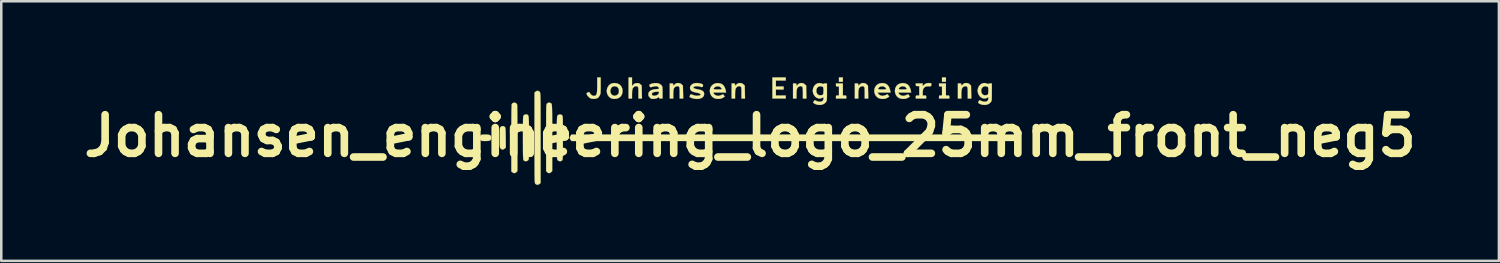
<source format=kicad_pcb>
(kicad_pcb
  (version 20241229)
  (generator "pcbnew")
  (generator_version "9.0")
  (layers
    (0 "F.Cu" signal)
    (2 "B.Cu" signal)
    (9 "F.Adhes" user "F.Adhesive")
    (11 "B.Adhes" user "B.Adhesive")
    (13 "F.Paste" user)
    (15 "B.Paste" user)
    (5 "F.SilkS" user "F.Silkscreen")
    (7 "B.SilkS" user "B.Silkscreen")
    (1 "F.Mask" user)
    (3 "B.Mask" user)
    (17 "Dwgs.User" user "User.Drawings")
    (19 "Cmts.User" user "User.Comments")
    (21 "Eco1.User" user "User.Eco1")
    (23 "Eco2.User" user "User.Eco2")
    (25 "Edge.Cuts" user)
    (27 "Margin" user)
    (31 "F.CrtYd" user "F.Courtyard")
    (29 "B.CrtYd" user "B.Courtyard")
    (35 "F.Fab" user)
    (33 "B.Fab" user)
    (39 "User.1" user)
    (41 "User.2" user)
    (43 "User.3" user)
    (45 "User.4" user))
  (footprint "Johansen_engineering_logo_25mm_front_neg5"
    (layer "F.Cu")
    (at 26.532 2.308)
    (property "Reference" "Johansen_engineering_logo_25mm_front_neg5" (at 0 0 0) (layer "F.SilkS") (effects (font (size 1.524 1.524) (thickness 0.3))))
    (attr through_hole)
    (fp_poly (pts (xy 3.658 -2.134) (xy 3.505 -2.134) (xy 3.505 -2.303) (xy 3.658 -2.303) (xy 3.658 -2.134)) (stroke (width 0.01) (type solid)) (fill yes) (layer "F.SilkS"))
    (fp_poly (pts (xy 7.722 -2.134) (xy 7.569 -2.134) (xy 7.569 -2.303) (xy 7.722 -2.303) (xy 7.722 -2.134)) (stroke (width 0.01) (type solid)) (fill yes) (layer "F.SilkS"))
    (fp_poly (pts (xy 1.405 -2.184) (xy 1.016 -2.184) (xy 1.016 -1.947) (xy 1.321 -1.947) (xy 1.321 -1.829) (xy 1.016 -1.829) (xy 1.016 -1.592) (xy 1.405 -1.592) (xy 1.405 -1.473) (xy 0.881 -1.473) (xy 0.881 -2.303) (xy 1.405 -2.303) (xy 1.405 -2.184)) (stroke (width 0.01) (type solid)) (fill yes) (layer "F.SilkS"))
    (fp_poly (pts (xy 10.58 -0.012) (xy 10.612 0.043) (xy 10.614 0.102) (xy 10.588 0.156) (xy 10.578 0.166) (xy 10.539 0.203) (xy -7.042 0.203) (xy -7.077 0.159) (xy -7.102 0.116) (xy -7.112 0.076) (xy -7.112 0.076) (xy -7.102 0.037) (xy -7.077 -0.006) (xy -7.077 -0.006) (xy -7.042 -0.051) (xy 10.544 -0.051) (xy 10.58 -0.012)) (stroke (width 0.01) (type solid)) (fill yes) (layer "F.SilkS"))
    (fp_poly (pts (xy 3.658 -1.592) (xy 3.725 -1.592) (xy 3.769 -1.59) (xy 3.788 -1.579) (xy 3.793 -1.55) (xy 3.793 -1.532) (xy 3.793 -1.473) (xy 3.387 -1.473) (xy 3.387 -1.532) (xy 3.389 -1.572) (xy 3.404 -1.588) (xy 3.441 -1.592) (xy 3.446 -1.592) (xy 3.505 -1.592) (xy 3.505 -1.947) (xy 3.446 -1.947) (xy 3.406 -1.95) (xy 3.39 -1.965) (xy 3.387 -2.002) (xy 3.387 -2.007) (xy 3.387 -2.066) (xy 3.658 -2.066) (xy 3.658 -1.592)) (stroke (width 0.01) (type solid)) (fill yes) (layer "F.SilkS"))
    (fp_poly (pts (xy 7.722 -1.592) (xy 7.789 -1.592) (xy 7.833 -1.59) (xy 7.852 -1.579) (xy 7.857 -1.55) (xy 7.857 -1.532) (xy 7.857 -1.473) (xy 7.451 -1.473) (xy 7.451 -1.532) (xy 7.453 -1.572) (xy 7.468 -1.588) (xy 7.505 -1.592) (xy 7.51 -1.592) (xy 7.569 -1.592) (xy 7.569 -1.947) (xy 7.51 -1.947) (xy 7.47 -1.95) (xy 7.454 -1.965) (xy 7.451 -2.002) (xy 7.451 -2.007) (xy 7.451 -2.066) (xy 7.722 -2.066) (xy 7.722 -1.592)) (stroke (width 0.01) (type solid)) (fill yes) (layer "F.SilkS"))
    (fp_poly (pts (xy -10.341 -0.047) (xy -10.277 -0.036) (xy -10.237 -0.013) (xy -10.217 0.024) (xy -10.211 0.076) (xy -10.217 0.129) (xy -10.237 0.165) (xy -10.276 0.188) (xy -10.34 0.2) (xy -10.432 0.203) (xy -10.436 0.203) (xy -10.512 0.202) (xy -10.562 0.199) (xy -10.594 0.191) (xy -10.617 0.178) (xy -10.631 0.164) (xy -10.662 0.109) (xy -10.665 0.05) (xy -10.638 -0.004) (xy -10.629 -0.014) (xy -10.606 -0.032) (xy -10.578 -0.043) (xy -10.536 -0.049) (xy -10.473 -0.051) (xy -10.434 -0.051) (xy -10.341 -0.047)) (stroke (width 0.01) (type solid)) (fill yes) (layer "F.SilkS"))
    (fp_poly (pts (xy -4.657 -1.964) (xy -4.609 -2.017) (xy -4.57 -2.053) (xy -4.525 -2.071) (xy -4.476 -2.078) (xy -4.421 -2.081) (xy -4.384 -2.073) (xy -4.349 -2.049) (xy -4.333 -2.035) (xy -4.276 -1.984) (xy -4.265 -1.473) (xy -4.403 -1.473) (xy -4.403 -1.692) (xy -4.403 -1.787) (xy -4.406 -1.853) (xy -4.412 -1.898) (xy -4.42 -1.925) (xy -4.429 -1.938) (xy -4.474 -1.961) (xy -4.527 -1.959) (xy -4.579 -1.933) (xy -4.621 -1.887) (xy -4.63 -1.87) (xy -4.645 -1.822) (xy -4.654 -1.748) (xy -4.657 -1.647) (xy -4.657 -1.644) (xy -4.657 -1.473) (xy -4.792 -1.473) (xy -4.792 -2.303) (xy -4.657 -2.303) (xy -4.657 -1.964)) (stroke (width 0.01) (type solid)) (fill yes) (layer "F.SilkS"))
    (fp_poly (pts (xy -9.258 -1.302) (xy -9.214 -1.275) (xy -9.189 -1.233) (xy -9.187 -1.21) (xy -9.185 -1.156) (xy -9.184 -1.073) (xy -9.183 -0.965) (xy -9.181 -0.834) (xy -9.18 -0.682) (xy -9.179 -0.513) (xy -9.179 -0.329) (xy -9.178 -0.132) (xy -9.178 0.074) (xy -9.178 0.098) (xy -9.178 1.39) (xy -9.219 1.432) (xy -9.268 1.466) (xy -9.316 1.468) (xy -9.37 1.438) (xy -9.37 1.438) (xy -9.415 1.403) (xy -9.415 0.091) (xy -9.415 -0.188) (xy -9.414 -0.434) (xy -9.413 -0.647) (xy -9.412 -0.827) (xy -9.41 -0.975) (xy -9.407 -1.091) (xy -9.404 -1.176) (xy -9.401 -1.231) (xy -9.397 -1.255) (xy -9.397 -1.255) (xy -9.36 -1.293) (xy -9.311 -1.308) (xy -9.258 -1.302)) (stroke (width 0.01) (type solid)) (fill yes) (layer "F.SilkS"))
    (fp_poly (pts (xy -2.778 -2.077) (xy -2.731 -2.055) (xy -2.705 -2.033) (xy -2.65 -1.984) (xy -2.639 -1.473) (xy -2.777 -1.473) (xy -2.777 -1.692) (xy -2.778 -1.787) (xy -2.781 -1.853) (xy -2.786 -1.898) (xy -2.794 -1.925) (xy -2.804 -1.938) (xy -2.849 -1.961) (xy -2.902 -1.959) (xy -2.954 -1.933) (xy -2.996 -1.887) (xy -3.005 -1.87) (xy -3.02 -1.822) (xy -3.028 -1.748) (xy -3.031 -1.647) (xy -3.031 -1.644) (xy -3.031 -1.473) (xy -3.167 -1.473) (xy -3.167 -2.066) (xy -3.099 -2.066) (xy -3.055 -2.064) (xy -3.036 -2.053) (xy -3.031 -2.026) (xy -3.031 -2.017) (xy -3.031 -1.968) (xy -2.973 -2.025) (xy -2.931 -2.062) (xy -2.89 -2.079) (xy -2.838 -2.083) (xy -2.778 -2.077)) (stroke (width 0.01) (type solid)) (fill yes) (layer "F.SilkS"))
    (fp_poly (pts (xy -0.34 -2.077) (xy -0.293 -2.055) (xy -0.267 -2.033) (xy -0.212 -1.984) (xy -0.201 -1.473) (xy -0.339 -1.473) (xy -0.339 -1.692) (xy -0.339 -1.787) (xy -0.342 -1.853) (xy -0.348 -1.898) (xy -0.356 -1.925) (xy -0.365 -1.938) (xy -0.41 -1.961) (xy -0.463 -1.959) (xy -0.515 -1.933) (xy -0.557 -1.887) (xy -0.566 -1.87) (xy -0.581 -1.822) (xy -0.59 -1.748) (xy -0.593 -1.647) (xy -0.593 -1.644) (xy -0.593 -1.473) (xy -0.728 -1.473) (xy -0.728 -2.066) (xy -0.66 -2.066) (xy -0.617 -2.064) (xy -0.598 -2.053) (xy -0.593 -2.026) (xy -0.593 -2.017) (xy -0.593 -1.968) (xy -0.535 -2.025) (xy -0.492 -2.062) (xy -0.451 -2.079) (xy -0.4 -2.083) (xy -0.34 -2.077)) (stroke (width 0.01) (type solid)) (fill yes) (layer "F.SilkS"))
    (fp_poly (pts (xy 4.52 -2.077) (xy 4.567 -2.055) (xy 4.593 -2.033) (xy 4.648 -1.984) (xy 4.659 -1.473) (xy 4.521 -1.473) (xy 4.521 -1.692) (xy 4.52 -1.787) (xy 4.518 -1.853) (xy 4.512 -1.898) (xy 4.504 -1.925) (xy 4.495 -1.938) (xy 4.45 -1.961) (xy 4.397 -1.959) (xy 4.345 -1.933) (xy 4.302 -1.887) (xy 4.293 -1.87) (xy 4.279 -1.822) (xy 4.27 -1.748) (xy 4.267 -1.647) (xy 4.267 -1.644) (xy 4.267 -1.473) (xy 4.132 -1.473) (xy 4.132 -2.066) (xy 4.199 -2.066) (xy 4.243 -2.064) (xy 4.262 -2.053) (xy 4.267 -2.026) (xy 4.267 -2.017) (xy 4.267 -1.968) (xy 4.325 -2.025) (xy 4.368 -2.062) (xy 4.408 -2.079) (xy 4.46 -2.083) (xy 4.52 -2.077)) (stroke (width 0.01) (type solid)) (fill yes) (layer "F.SilkS"))
    (fp_poly (pts (xy 8.584 -2.077) (xy 8.631 -2.055) (xy 8.657 -2.033) (xy 8.712 -1.984) (xy 8.723 -1.473) (xy 8.585 -1.473) (xy 8.585 -1.692) (xy 8.584 -1.787) (xy 8.582 -1.853) (xy 8.576 -1.898) (xy 8.568 -1.925) (xy 8.559 -1.938) (xy 8.514 -1.961) (xy 8.461 -1.959) (xy 8.409 -1.933) (xy 8.366 -1.887) (xy 8.357 -1.87) (xy 8.343 -1.822) (xy 8.334 -1.748) (xy 8.331 -1.647) (xy 8.331 -1.644) (xy 8.331 -1.473) (xy 8.196 -1.473) (xy 8.196 -2.066) (xy 8.263 -2.066) (xy 8.307 -2.064) (xy 8.326 -2.053) (xy 8.331 -2.026) (xy 8.331 -2.017) (xy 8.331 -1.968) (xy 8.389 -2.025) (xy 8.432 -2.062) (xy 8.472 -2.079) (xy 8.524 -2.083) (xy 8.584 -2.077)) (stroke (width 0.01) (type solid)) (fill yes) (layer "F.SilkS"))
    (fp_poly (pts (xy 2.082 -2.077) (xy 2.129 -2.055) (xy 2.154 -2.033) (xy 2.21 -1.984) (xy 2.215 -1.729) (xy 2.221 -1.473) (xy 2.083 -1.473) (xy 2.083 -1.692) (xy 2.082 -1.787) (xy 2.079 -1.853) (xy 2.074 -1.898) (xy 2.065 -1.925) (xy 2.056 -1.938) (xy 2.011 -1.961) (xy 1.958 -1.959) (xy 1.906 -1.933) (xy 1.864 -1.887) (xy 1.855 -1.87) (xy 1.84 -1.822) (xy 1.832 -1.748) (xy 1.829 -1.647) (xy 1.829 -1.644) (xy 1.829 -1.473) (xy 1.693 -1.473) (xy 1.693 -2.066) (xy 1.761 -2.066) (xy 1.805 -2.064) (xy 1.824 -2.053) (xy 1.829 -2.026) (xy 1.829 -2.017) (xy 1.829 -1.968) (xy 1.886 -2.025) (xy 1.929 -2.062) (xy 1.97 -2.079) (xy 2.022 -2.083) (xy 2.082 -2.077)) (stroke (width 0.01) (type solid)) (fill yes) (layer "F.SilkS"))
    (fp_poly (pts (xy -9.727 -0.383) (xy -9.684 -0.357) (xy -9.671 -0.346) (xy -9.661 -0.333) (xy -9.654 -0.314) (xy -9.649 -0.283) (xy -9.645 -0.238) (xy -9.642 -0.173) (xy -9.641 -0.085) (xy -9.639 0.032) (xy -9.638 0.066) (xy -9.633 0.457) (xy -9.676 0.499) (xy -9.729 0.535) (xy -9.782 0.537) (xy -9.832 0.506) (xy -9.835 0.503) (xy -9.847 0.489) (xy -9.856 0.473) (xy -9.863 0.45) (xy -9.867 0.416) (xy -9.87 0.366) (xy -9.871 0.295) (xy -9.872 0.2) (xy -9.872 0.076) (xy -9.872 0.074) (xy -9.872 -0.051) (xy -9.872 -0.146) (xy -9.87 -0.216) (xy -9.867 -0.266) (xy -9.863 -0.3) (xy -9.857 -0.322) (xy -9.848 -0.337) (xy -9.836 -0.35) (xy -9.833 -0.353) (xy -9.781 -0.385) (xy -9.727 -0.383)) (stroke (width 0.01) (type solid)) (fill yes) (layer "F.SilkS"))
    (fp_poly (pts (xy -5.893 -1.985) (xy -5.893 -1.872) (xy -5.894 -1.788) (xy -5.897 -1.725) (xy -5.901 -1.68) (xy -5.908 -1.646) (xy -5.919 -1.617) (xy -5.931 -1.591) (xy -5.98 -1.521) (xy -6.028 -1.486) (xy -6.098 -1.464) (xy -6.181 -1.458) (xy -6.259 -1.468) (xy -6.282 -1.475) (xy -6.348 -1.516) (xy -6.405 -1.577) (xy -6.428 -1.612) (xy -6.447 -1.656) (xy -6.445 -1.683) (xy -6.419 -1.702) (xy -6.402 -1.71) (xy -6.353 -1.722) (xy -6.323 -1.71) (xy -6.316 -1.685) (xy -6.302 -1.656) (xy -6.268 -1.623) (xy -6.225 -1.593) (xy -6.184 -1.576) (xy -6.172 -1.575) (xy -6.127 -1.578) (xy -6.093 -1.59) (xy -6.067 -1.615) (xy -6.049 -1.656) (xy -6.038 -1.717) (xy -6.031 -1.803) (xy -6.029 -1.916) (xy -6.028 -1.997) (xy -6.028 -2.303) (xy -5.893 -2.303) (xy -5.893 -1.985)) (stroke (width 0.01) (type solid)) (fill yes) (layer "F.SilkS"))
    (fp_poly (pts (xy -7.867 -1.296) (xy -7.837 -1.271) (xy -7.832 -1.263) (xy -7.827 -1.251) (xy -7.822 -1.234) (xy -7.819 -1.21) (xy -7.816 -1.176) (xy -7.813 -1.129) (xy -7.811 -1.068) (xy -7.81 -0.99) (xy -7.808 -0.893) (xy -7.807 -0.775) (xy -7.807 -0.634) (xy -7.807 -0.466) (xy -7.806 -0.27) (xy -7.806 -0.044) (xy -7.806 0.079) (xy -7.806 1.39) (xy -7.848 1.432) (xy -7.898 1.466) (xy -7.948 1.467) (xy -7.999 1.435) (xy -8.002 1.432) (xy -8.043 1.39) (xy -8.043 0.079) (xy -8.043 -0.163) (xy -8.043 -0.374) (xy -8.043 -0.555) (xy -8.042 -0.709) (xy -8.042 -0.838) (xy -8.041 -0.945) (xy -8.039 -1.032) (xy -8.037 -1.101) (xy -8.035 -1.154) (xy -8.032 -1.195) (xy -8.029 -1.223) (xy -8.025 -1.244) (xy -8.02 -1.257) (xy -8.015 -1.267) (xy -8.012 -1.271) (xy -7.966 -1.303) (xy -7.925 -1.31) (xy -7.867 -1.296)) (stroke (width 0.01) (type solid)) (fill yes) (layer "F.SilkS"))
    (fp_poly (pts (xy 7.112 -2.079) (xy 7.145 -2.065) (xy 7.153 -2.039) (xy 7.144 -2) (xy 7.13 -1.966) (xy 7.111 -1.953) (xy 7.077 -1.953) (xy 7.054 -1.957) (xy 6.972 -1.956) (xy 6.9 -1.931) (xy 6.847 -1.885) (xy 6.834 -1.865) (xy 6.817 -1.811) (xy 6.808 -1.736) (xy 6.807 -1.703) (xy 6.807 -1.592) (xy 6.875 -1.592) (xy 6.918 -1.59) (xy 6.938 -1.579) (xy 6.943 -1.55) (xy 6.943 -1.532) (xy 6.943 -1.473) (xy 6.536 -1.473) (xy 6.536 -1.532) (xy 6.538 -1.57) (xy 6.551 -1.587) (xy 6.584 -1.592) (xy 6.604 -1.592) (xy 6.672 -1.592) (xy 6.672 -1.964) (xy 6.604 -1.964) (xy 6.561 -1.966) (xy 6.541 -1.977) (xy 6.536 -2.004) (xy 6.536 -2.015) (xy 6.536 -2.066) (xy 6.807 -2.066) (xy 6.807 -1.956) (xy 6.851 -2.004) (xy 6.91 -2.052) (xy 6.978 -2.077) (xy 7.05 -2.083) (xy 7.112 -2.079)) (stroke (width 0.01) (type solid)) (fill yes) (layer "F.SilkS"))
    (fp_poly (pts (xy -8.306 -1.742) (xy -8.299 -1.733) (xy -8.293 -1.726) (xy -8.288 -1.717) (xy -8.284 -1.705) (xy -8.28 -1.688) (xy -8.276 -1.664) (xy -8.274 -1.631) (xy -8.271 -1.587) (xy -8.269 -1.53) (xy -8.268 -1.458) (xy -8.266 -1.369) (xy -8.265 -1.261) (xy -8.265 -1.133) (xy -8.264 -0.982) (xy -8.264 -0.806) (xy -8.264 -0.603) (xy -8.263 -0.372) (xy -8.263 -0.11) (xy -8.263 0.084) (xy -8.263 1.857) (xy -8.303 1.894) (xy -8.356 1.925) (xy -8.412 1.926) (xy -8.463 1.897) (xy -8.466 1.893) (xy -8.472 1.887) (xy -8.476 1.879) (xy -8.481 1.868) (xy -8.484 1.851) (xy -8.488 1.827) (xy -8.491 1.794) (xy -8.493 1.75) (xy -8.495 1.692) (xy -8.496 1.62) (xy -8.498 1.53) (xy -8.499 1.421) (xy -8.499 1.292) (xy -8.5 1.139) (xy -8.5 0.962) (xy -8.5 0.757) (xy -8.501 0.525) (xy -8.501 0.261) (xy -8.501 0.076) (xy -8.501 -1.704) (xy -8.461 -1.741) (xy -8.408 -1.773) (xy -8.354 -1.773) (xy -8.306 -1.742)) (stroke (width 0.01) (type solid)) (fill yes) (layer "F.SilkS"))
    (fp_poly (pts (xy -5.238 -2.068) (xy -5.151 -2.025) (xy -5.086 -1.959) (xy -5.044 -1.872) (xy -5.029 -1.77) (xy -5.044 -1.665) (xy -5.086 -1.579) (xy -5.153 -1.513) (xy -5.24 -1.471) (xy -5.344 -1.457) (xy -5.346 -1.457) (xy -5.407 -1.462) (xy -5.463 -1.475) (xy -5.478 -1.48) (xy -5.554 -1.531) (xy -5.61 -1.604) (xy -5.644 -1.692) (xy -5.651 -1.773) (xy -5.515 -1.773) (xy -5.505 -1.705) (xy -5.475 -1.646) (xy -5.428 -1.603) (xy -5.365 -1.581) (xy -5.318 -1.582) (xy -5.265 -1.601) (xy -5.217 -1.633) (xy -5.216 -1.634) (xy -5.19 -1.667) (xy -5.177 -1.706) (xy -5.173 -1.764) (xy -5.173 -1.77) (xy -5.176 -1.829) (xy -5.188 -1.868) (xy -5.213 -1.902) (xy -5.22 -1.909) (xy -5.261 -1.941) (xy -5.307 -1.954) (xy -5.344 -1.956) (xy -5.399 -1.951) (xy -5.436 -1.934) (xy -5.462 -1.909) (xy -5.501 -1.843) (xy -5.515 -1.773) (xy -5.651 -1.773) (xy -5.653 -1.786) (xy -5.634 -1.881) (xy -5.624 -1.905) (xy -5.569 -1.991) (xy -5.498 -2.048) (xy -5.408 -2.078) (xy -5.341 -2.083) (xy -5.238 -2.068)) (stroke (width 0.01) (type solid)) (fill yes) (layer "F.SilkS"))
    (fp_poly (pts (xy -8.781 -0.836) (xy -8.778 -0.834) (xy -8.765 -0.824) (xy -8.755 -0.81) (xy -8.746 -0.79) (xy -8.739 -0.761) (xy -8.733 -0.72) (xy -8.729 -0.664) (xy -8.725 -0.591) (xy -8.723 -0.497) (xy -8.722 -0.38) (xy -8.721 -0.236) (xy -8.721 -0.064) (xy -8.721 0.089) (xy -8.721 0.279) (xy -8.721 0.437) (xy -8.721 0.568) (xy -8.722 0.674) (xy -8.723 0.757) (xy -8.725 0.821) (xy -8.728 0.869) (xy -8.731 0.903) (xy -8.736 0.927) (xy -8.741 0.943) (xy -8.748 0.954) (xy -8.755 0.962) (xy -8.802 0.992) (xy -8.856 1) (xy -8.906 0.985) (xy -8.931 0.961) (xy -8.937 0.949) (xy -8.942 0.93) (xy -8.947 0.901) (xy -8.95 0.86) (xy -8.953 0.803) (xy -8.955 0.727) (xy -8.956 0.631) (xy -8.957 0.51) (xy -8.957 0.363) (xy -8.958 0.187) (xy -8.958 0.072) (xy -8.958 -0.119) (xy -8.958 -0.28) (xy -8.957 -0.413) (xy -8.956 -0.52) (xy -8.955 -0.605) (xy -8.953 -0.67) (xy -8.951 -0.719) (xy -8.947 -0.754) (xy -8.943 -0.778) (xy -8.938 -0.794) (xy -8.931 -0.805) (xy -8.924 -0.813) (xy -8.88 -0.838) (xy -8.827 -0.846) (xy -8.781 -0.836)) (stroke (width 0.01) (type solid)) (fill yes) (layer "F.SilkS"))
    (fp_poly (pts (xy -7.426 -0.821) (xy -7.417 -0.813) (xy -7.409 -0.804) (xy -7.403 -0.793) (xy -7.398 -0.777) (xy -7.393 -0.752) (xy -7.39 -0.717) (xy -7.387 -0.667) (xy -7.386 -0.601) (xy -7.384 -0.515) (xy -7.384 -0.406) (xy -7.383 -0.272) (xy -7.383 -0.109) (xy -7.383 0.072) (xy -7.383 0.267) (xy -7.383 0.43) (xy -7.384 0.566) (xy -7.385 0.675) (xy -7.387 0.762) (xy -7.389 0.83) (xy -7.392 0.88) (xy -7.396 0.915) (xy -7.4 0.94) (xy -7.406 0.955) (xy -7.409 0.961) (xy -7.449 0.992) (xy -7.502 1) (xy -7.555 0.985) (xy -7.585 0.962) (xy -7.593 0.953) (xy -7.6 0.941) (xy -7.605 0.925) (xy -7.609 0.901) (xy -7.613 0.866) (xy -7.615 0.817) (xy -7.617 0.751) (xy -7.619 0.667) (xy -7.619 0.559) (xy -7.62 0.427) (xy -7.62 0.266) (xy -7.62 0.076) (xy -7.62 -0.115) (xy -7.62 -0.276) (xy -7.619 -0.408) (xy -7.619 -0.515) (xy -7.617 -0.6) (xy -7.615 -0.665) (xy -7.613 -0.714) (xy -7.609 -0.749) (xy -7.605 -0.773) (xy -7.6 -0.789) (xy -7.593 -0.8) (xy -7.585 -0.81) (xy -7.536 -0.84) (xy -7.479 -0.844) (xy -7.426 -0.821)) (stroke (width 0.01) (type solid)) (fill yes) (layer "F.SilkS"))
    (fp_poly (pts (xy -1.191 -2.072) (xy -1.109 -2.039) (xy -1.055 -1.996) (xy -1.008 -1.927) (xy -0.973 -1.835) (xy -0.958 -1.774) (xy -0.947 -1.71) (xy -1.456 -1.71) (xy -1.437 -1.669) (xy -1.402 -1.628) (xy -1.347 -1.595) (xy -1.283 -1.577) (xy -1.259 -1.575) (xy -1.213 -1.583) (xy -1.157 -1.6) (xy -1.139 -1.608) (xy -1.068 -1.64) (xy -1.034 -1.597) (xy -1 -1.554) (xy -1.042 -1.521) (xy -1.119 -1.48) (xy -1.212 -1.459) (xy -1.311 -1.46) (xy -1.405 -1.484) (xy -1.417 -1.489) (xy -1.493 -1.541) (xy -1.548 -1.613) (xy -1.58 -1.699) (xy -1.588 -1.791) (xy -1.575 -1.855) (xy -1.44 -1.855) (xy -1.425 -1.84) (xy -1.383 -1.832) (xy -1.31 -1.829) (xy -1.278 -1.829) (xy -1.199 -1.83) (xy -1.149 -1.834) (xy -1.124 -1.842) (xy -1.118 -1.851) (xy -1.129 -1.877) (xy -1.157 -1.911) (xy -1.161 -1.915) (xy -1.208 -1.945) (xy -1.267 -1.956) (xy -1.278 -1.956) (xy -1.341 -1.948) (xy -1.388 -1.921) (xy -1.396 -1.915) (xy -1.429 -1.88) (xy -1.44 -1.855) (xy -1.575 -1.855) (xy -1.57 -1.883) (xy -1.525 -1.967) (xy -1.521 -1.972) (xy -1.455 -2.031) (xy -1.373 -2.068) (xy -1.282 -2.082) (xy -1.191 -2.072)) (stroke (width 0.01) (type solid)) (fill yes) (layer "F.SilkS"))
    (fp_poly (pts (xy 5.294 -2.072) (xy 5.377 -2.039) (xy 5.431 -1.996) (xy 5.477 -1.927) (xy 5.513 -1.835) (xy 5.527 -1.774) (xy 5.539 -1.71) (xy 5.03 -1.71) (xy 5.049 -1.669) (xy 5.083 -1.628) (xy 5.139 -1.595) (xy 5.203 -1.577) (xy 5.226 -1.575) (xy 5.272 -1.583) (xy 5.328 -1.6) (xy 5.346 -1.608) (xy 5.418 -1.64) (xy 5.452 -1.597) (xy 5.486 -1.554) (xy 5.444 -1.521) (xy 5.367 -1.48) (xy 5.273 -1.459) (xy 5.174 -1.46) (xy 5.08 -1.484) (xy 5.068 -1.489) (xy 4.993 -1.541) (xy 4.938 -1.613) (xy 4.906 -1.699) (xy 4.898 -1.791) (xy 4.91 -1.855) (xy 5.046 -1.855) (xy 5.06 -1.84) (xy 5.103 -1.832) (xy 5.175 -1.829) (xy 5.207 -1.829) (xy 5.286 -1.83) (xy 5.336 -1.834) (xy 5.362 -1.842) (xy 5.368 -1.851) (xy 5.356 -1.877) (xy 5.328 -1.911) (xy 5.324 -1.915) (xy 5.278 -1.945) (xy 5.219 -1.956) (xy 5.207 -1.956) (xy 5.144 -1.948) (xy 5.097 -1.921) (xy 5.09 -1.915) (xy 5.057 -1.88) (xy 5.046 -1.855) (xy 4.91 -1.855) (xy 4.915 -1.883) (xy 4.96 -1.967) (xy 4.964 -1.972) (xy 5.03 -2.031) (xy 5.113 -2.068) (xy 5.204 -2.082) (xy 5.294 -2.072)) (stroke (width 0.01) (type solid)) (fill yes) (layer "F.SilkS"))
    (fp_poly (pts (xy 6.107 -2.072) (xy 6.189 -2.039) (xy 6.243 -1.996) (xy 6.29 -1.927) (xy 6.326 -1.835) (xy 6.34 -1.774) (xy 6.352 -1.71) (xy 5.843 -1.71) (xy 5.862 -1.669) (xy 5.896 -1.628) (xy 5.951 -1.595) (xy 6.015 -1.577) (xy 6.039 -1.575) (xy 6.085 -1.583) (xy 6.141 -1.6) (xy 6.159 -1.608) (xy 6.231 -1.64) (xy 6.265 -1.597) (xy 6.299 -1.554) (xy 6.257 -1.521) (xy 6.18 -1.48) (xy 6.086 -1.459) (xy 5.987 -1.46) (xy 5.893 -1.484) (xy 5.881 -1.489) (xy 5.805 -1.541) (xy 5.751 -1.613) (xy 5.719 -1.699) (xy 5.711 -1.791) (xy 5.723 -1.855) (xy 5.859 -1.855) (xy 5.873 -1.84) (xy 5.915 -1.832) (xy 5.988 -1.829) (xy 6.02 -1.829) (xy 6.099 -1.83) (xy 6.149 -1.834) (xy 6.174 -1.842) (xy 6.181 -1.851) (xy 6.169 -1.877) (xy 6.141 -1.911) (xy 6.137 -1.915) (xy 6.091 -1.945) (xy 6.032 -1.956) (xy 6.02 -1.956) (xy 5.957 -1.948) (xy 5.91 -1.921) (xy 5.903 -1.915) (xy 5.869 -1.88) (xy 5.859 -1.855) (xy 5.723 -1.855) (xy 5.728 -1.883) (xy 5.773 -1.967) (xy 5.777 -1.972) (xy 5.843 -2.031) (xy 5.926 -2.068) (xy 6.016 -2.082) (xy 6.107 -2.072)) (stroke (width 0.01) (type solid)) (fill yes) (layer "F.SilkS"))
    (fp_poly (pts (xy -1.999 -2.074) (xy -1.926 -2.056) (xy -1.872 -2.029) (xy -1.866 -2.024) (xy -1.855 -1.996) (xy -1.861 -1.961) (xy -1.88 -1.932) (xy -1.905 -1.922) (xy -1.912 -1.924) (xy -1.98 -1.945) (xy -2.053 -1.957) (xy -2.123 -1.958) (xy -2.182 -1.95) (xy -2.22 -1.933) (xy -2.23 -1.92) (xy -2.233 -1.897) (xy -2.221 -1.88) (xy -2.187 -1.864) (xy -2.129 -1.849) (xy -2.057 -1.835) (xy -1.955 -1.811) (xy -1.884 -1.78) (xy -1.838 -1.741) (xy -1.816 -1.69) (xy -1.812 -1.647) (xy -1.827 -1.579) (xy -1.869 -1.525) (xy -1.934 -1.485) (xy -2.017 -1.461) (xy -2.112 -1.456) (xy -2.216 -1.469) (xy -2.282 -1.488) (xy -2.333 -1.507) (xy -2.37 -1.523) (xy -2.382 -1.529) (xy -2.383 -1.55) (xy -2.372 -1.588) (xy -2.37 -1.592) (xy -2.358 -1.619) (xy -2.345 -1.633) (xy -2.323 -1.635) (xy -2.285 -1.624) (xy -2.223 -1.602) (xy -2.218 -1.6) (xy -2.119 -1.579) (xy -2.061 -1.579) (xy -1.991 -1.592) (xy -1.953 -1.613) (xy -1.947 -1.638) (xy -1.974 -1.664) (xy -2.032 -1.687) (xy -2.061 -1.694) (xy -2.154 -1.714) (xy -2.221 -1.731) (xy -2.267 -1.746) (xy -2.299 -1.763) (xy -2.323 -1.782) (xy -2.33 -1.79) (xy -2.365 -1.849) (xy -2.37 -1.912) (xy -2.347 -1.973) (xy -2.299 -2.026) (xy -2.23 -2.065) (xy -2.162 -2.08) (xy -2.082 -2.083) (xy -1.999 -2.074)) (stroke (width 0.01) (type solid)) (fill yes) (layer "F.SilkS"))
    (fp_poly (pts (xy 2.808 -2.073) (xy 2.846 -2.057) (xy 2.88 -2.044) (xy 2.895 -2.047) (xy 2.896 -2.048) (xy 2.911 -2.059) (xy 2.948 -2.065) (xy 2.963 -2.066) (xy 3.031 -2.066) (xy 3.031 -1.73) (xy 3.031 -1.614) (xy 3.03 -1.528) (xy 3.028 -1.465) (xy 3.024 -1.42) (xy 3.018 -1.388) (xy 3.009 -1.364) (xy 2.997 -1.343) (xy 2.993 -1.336) (xy 2.932 -1.274) (xy 2.851 -1.235) (xy 2.757 -1.219) (xy 2.655 -1.228) (xy 2.603 -1.243) (xy 2.543 -1.27) (xy 2.502 -1.298) (xy 2.489 -1.321) (xy 2.499 -1.342) (xy 2.519 -1.371) (xy 2.549 -1.407) (xy 2.631 -1.371) (xy 2.713 -1.346) (xy 2.785 -1.345) (xy 2.843 -1.366) (xy 2.882 -1.408) (xy 2.896 -1.468) (xy 2.896 -1.525) (xy 2.846 -1.499) (xy 2.765 -1.474) (xy 2.686 -1.479) (xy 2.612 -1.511) (xy 2.55 -1.565) (xy 2.503 -1.639) (xy 2.477 -1.728) (xy 2.473 -1.784) (xy 2.609 -1.784) (xy 2.617 -1.716) (xy 2.648 -1.656) (xy 2.694 -1.615) (xy 2.745 -1.6) (xy 2.806 -1.602) (xy 2.859 -1.618) (xy 2.872 -1.627) (xy 2.884 -1.654) (xy 2.893 -1.704) (xy 2.896 -1.767) (xy 2.895 -1.831) (xy 2.889 -1.886) (xy 2.879 -1.922) (xy 2.874 -1.927) (xy 2.82 -1.953) (xy 2.754 -1.958) (xy 2.708 -1.947) (xy 2.654 -1.908) (xy 2.621 -1.851) (xy 2.609 -1.784) (xy 2.473 -1.784) (xy 2.473 -1.786) (xy 2.486 -1.879) (xy 2.524 -1.959) (xy 2.58 -2.023) (xy 2.649 -2.065) (xy 2.727 -2.083) (xy 2.808 -2.073)) (stroke (width 0.01) (type solid)) (fill yes) (layer "F.SilkS"))
    (fp_poly (pts (xy 9.31 -2.073) (xy 9.348 -2.057) (xy 9.382 -2.044) (xy 9.398 -2.047) (xy 9.398 -2.048) (xy 9.413 -2.059) (xy 9.451 -2.065) (xy 9.466 -2.066) (xy 9.533 -2.066) (xy 9.533 -1.73) (xy 9.533 -1.614) (xy 9.532 -1.528) (xy 9.53 -1.465) (xy 9.527 -1.42) (xy 9.521 -1.388) (xy 9.512 -1.364) (xy 9.5 -1.343) (xy 9.495 -1.336) (xy 9.434 -1.274) (xy 9.354 -1.235) (xy 9.259 -1.219) (xy 9.158 -1.228) (xy 9.106 -1.243) (xy 9.045 -1.27) (xy 9.005 -1.298) (xy 8.992 -1.321) (xy 9.001 -1.342) (xy 9.021 -1.371) (xy 9.051 -1.407) (xy 9.134 -1.371) (xy 9.215 -1.346) (xy 9.288 -1.345) (xy 9.346 -1.366) (xy 9.384 -1.408) (xy 9.398 -1.468) (xy 9.398 -1.468) (xy 9.398 -1.525) (xy 9.348 -1.499) (xy 9.267 -1.474) (xy 9.188 -1.479) (xy 9.115 -1.511) (xy 9.053 -1.565) (xy 9.006 -1.639) (xy 8.979 -1.728) (xy 8.975 -1.784) (xy 9.111 -1.784) (xy 9.12 -1.716) (xy 9.15 -1.656) (xy 9.197 -1.615) (xy 9.248 -1.6) (xy 9.308 -1.602) (xy 9.361 -1.618) (xy 9.374 -1.627) (xy 9.387 -1.654) (xy 9.395 -1.704) (xy 9.399 -1.767) (xy 9.398 -1.831) (xy 9.392 -1.886) (xy 9.381 -1.922) (xy 9.377 -1.927) (xy 9.323 -1.953) (xy 9.257 -1.958) (xy 9.211 -1.947) (xy 9.157 -1.908) (xy 9.124 -1.851) (xy 9.111 -1.784) (xy 8.975 -1.784) (xy 8.975 -1.786) (xy 8.989 -1.879) (xy 9.026 -1.959) (xy 9.082 -2.023) (xy 9.151 -2.065) (xy 9.229 -2.083) (xy 9.31 -2.073)) (stroke (width 0.01) (type solid)) (fill yes) (layer "F.SilkS"))
    (fp_poly (pts (xy -3.586 -2.058) (xy -3.515 -2.014) (xy -3.491 -1.989) (xy -3.476 -1.968) (xy -3.466 -1.944) (xy -3.46 -1.91) (xy -3.456 -1.86) (xy -3.455 -1.789) (xy -3.454 -1.708) (xy -3.454 -1.473) (xy -3.522 -1.473) (xy -3.566 -1.476) (xy -3.586 -1.487) (xy -3.59 -1.508) (xy -3.591 -1.529) (xy -3.602 -1.531) (xy -3.628 -1.514) (xy -3.641 -1.504) (xy -3.702 -1.475) (xy -3.789 -1.46) (xy -3.793 -1.46) (xy -3.851 -1.457) (xy -3.888 -1.461) (xy -3.917 -1.478) (xy -3.952 -1.511) (xy -3.954 -1.512) (xy -3.993 -1.557) (xy -4.01 -1.599) (xy -4.013 -1.638) (xy -4.008 -1.66) (xy -3.875 -1.66) (xy -3.868 -1.616) (xy -3.834 -1.587) (xy -3.777 -1.579) (xy -3.752 -1.581) (xy -3.696 -1.595) (xy -3.647 -1.619) (xy -3.642 -1.622) (xy -3.609 -1.659) (xy -3.593 -1.699) (xy -3.592 -1.726) (xy -3.603 -1.739) (xy -3.634 -1.743) (xy -3.669 -1.743) (xy -3.759 -1.735) (xy -3.826 -1.715) (xy -3.866 -1.684) (xy -3.875 -1.66) (xy -4.008 -1.66) (xy -3.998 -1.71) (xy -3.953 -1.767) (xy -3.879 -1.809) (xy -3.778 -1.835) (xy -3.712 -1.842) (xy -3.648 -1.847) (xy -3.612 -1.853) (xy -3.595 -1.863) (xy -3.592 -1.879) (xy -3.593 -1.886) (xy -3.611 -1.919) (xy -3.644 -1.946) (xy -3.684 -1.959) (xy -3.739 -1.959) (xy -3.814 -1.946) (xy -3.904 -1.921) (xy -3.934 -1.922) (xy -3.956 -1.95) (xy -3.959 -1.956) (xy -3.972 -1.991) (xy -3.967 -2.015) (xy -3.939 -2.035) (xy -3.884 -2.056) (xy -3.883 -2.056) (xy -3.777 -2.08) (xy -3.676 -2.08) (xy -3.586 -2.058)) (stroke (width 0.01) (type solid)) (fill yes) (layer "F.SilkS")))
  (gr_rect
    (start -3 -3)
    (end 56.064 7.239)
    (stroke (width 0.1) (type default))
    (fill no)
    (layer "Edge.Cuts")))
</source>
